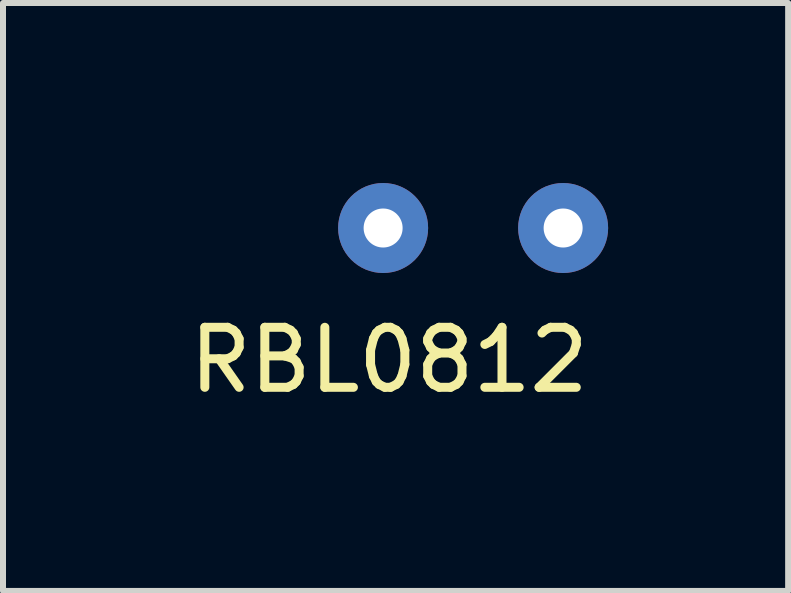
<source format=kicad_pcb>
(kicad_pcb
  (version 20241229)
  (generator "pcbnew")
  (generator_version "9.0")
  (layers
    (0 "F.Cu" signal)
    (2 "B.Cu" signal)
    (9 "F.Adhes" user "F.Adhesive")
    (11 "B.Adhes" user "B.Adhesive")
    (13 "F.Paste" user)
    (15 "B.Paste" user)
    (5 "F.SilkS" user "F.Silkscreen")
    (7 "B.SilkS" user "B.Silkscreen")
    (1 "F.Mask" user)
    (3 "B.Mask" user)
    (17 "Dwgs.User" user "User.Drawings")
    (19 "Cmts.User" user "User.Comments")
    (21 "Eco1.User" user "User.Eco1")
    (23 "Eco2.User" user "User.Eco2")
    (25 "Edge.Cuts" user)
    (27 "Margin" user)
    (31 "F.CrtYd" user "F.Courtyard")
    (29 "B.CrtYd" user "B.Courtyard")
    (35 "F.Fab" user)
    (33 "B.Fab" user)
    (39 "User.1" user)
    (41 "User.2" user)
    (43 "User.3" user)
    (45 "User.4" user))
  (footprint "RBL0812"
    (layer "F.Cu")
    (at 3.335 0.75)
    (property "Reference" "RBL0812" (at 0.1 2.2 0) (layer "F.SilkS") (effects (font (size 1 1) (thickness 0.15))))
    (attr through_hole)
    (pad "1" thru_hole circle (at 0 0) (size 1.5 1.5) (drill 0.65) (layers "*.Cu" "*.Mask"))
    (pad "2" thru_hole circle (at 3 0) (size 1.5 1.5) (drill 0.65) (layers "*.Cu" "*.Mask")))
  (gr_rect
    (start -3 -3)
    (end 10.085 6.798)
    (stroke (width 0.1) (type default))
    (fill no)
    (layer "Edge.Cuts")))
</source>
